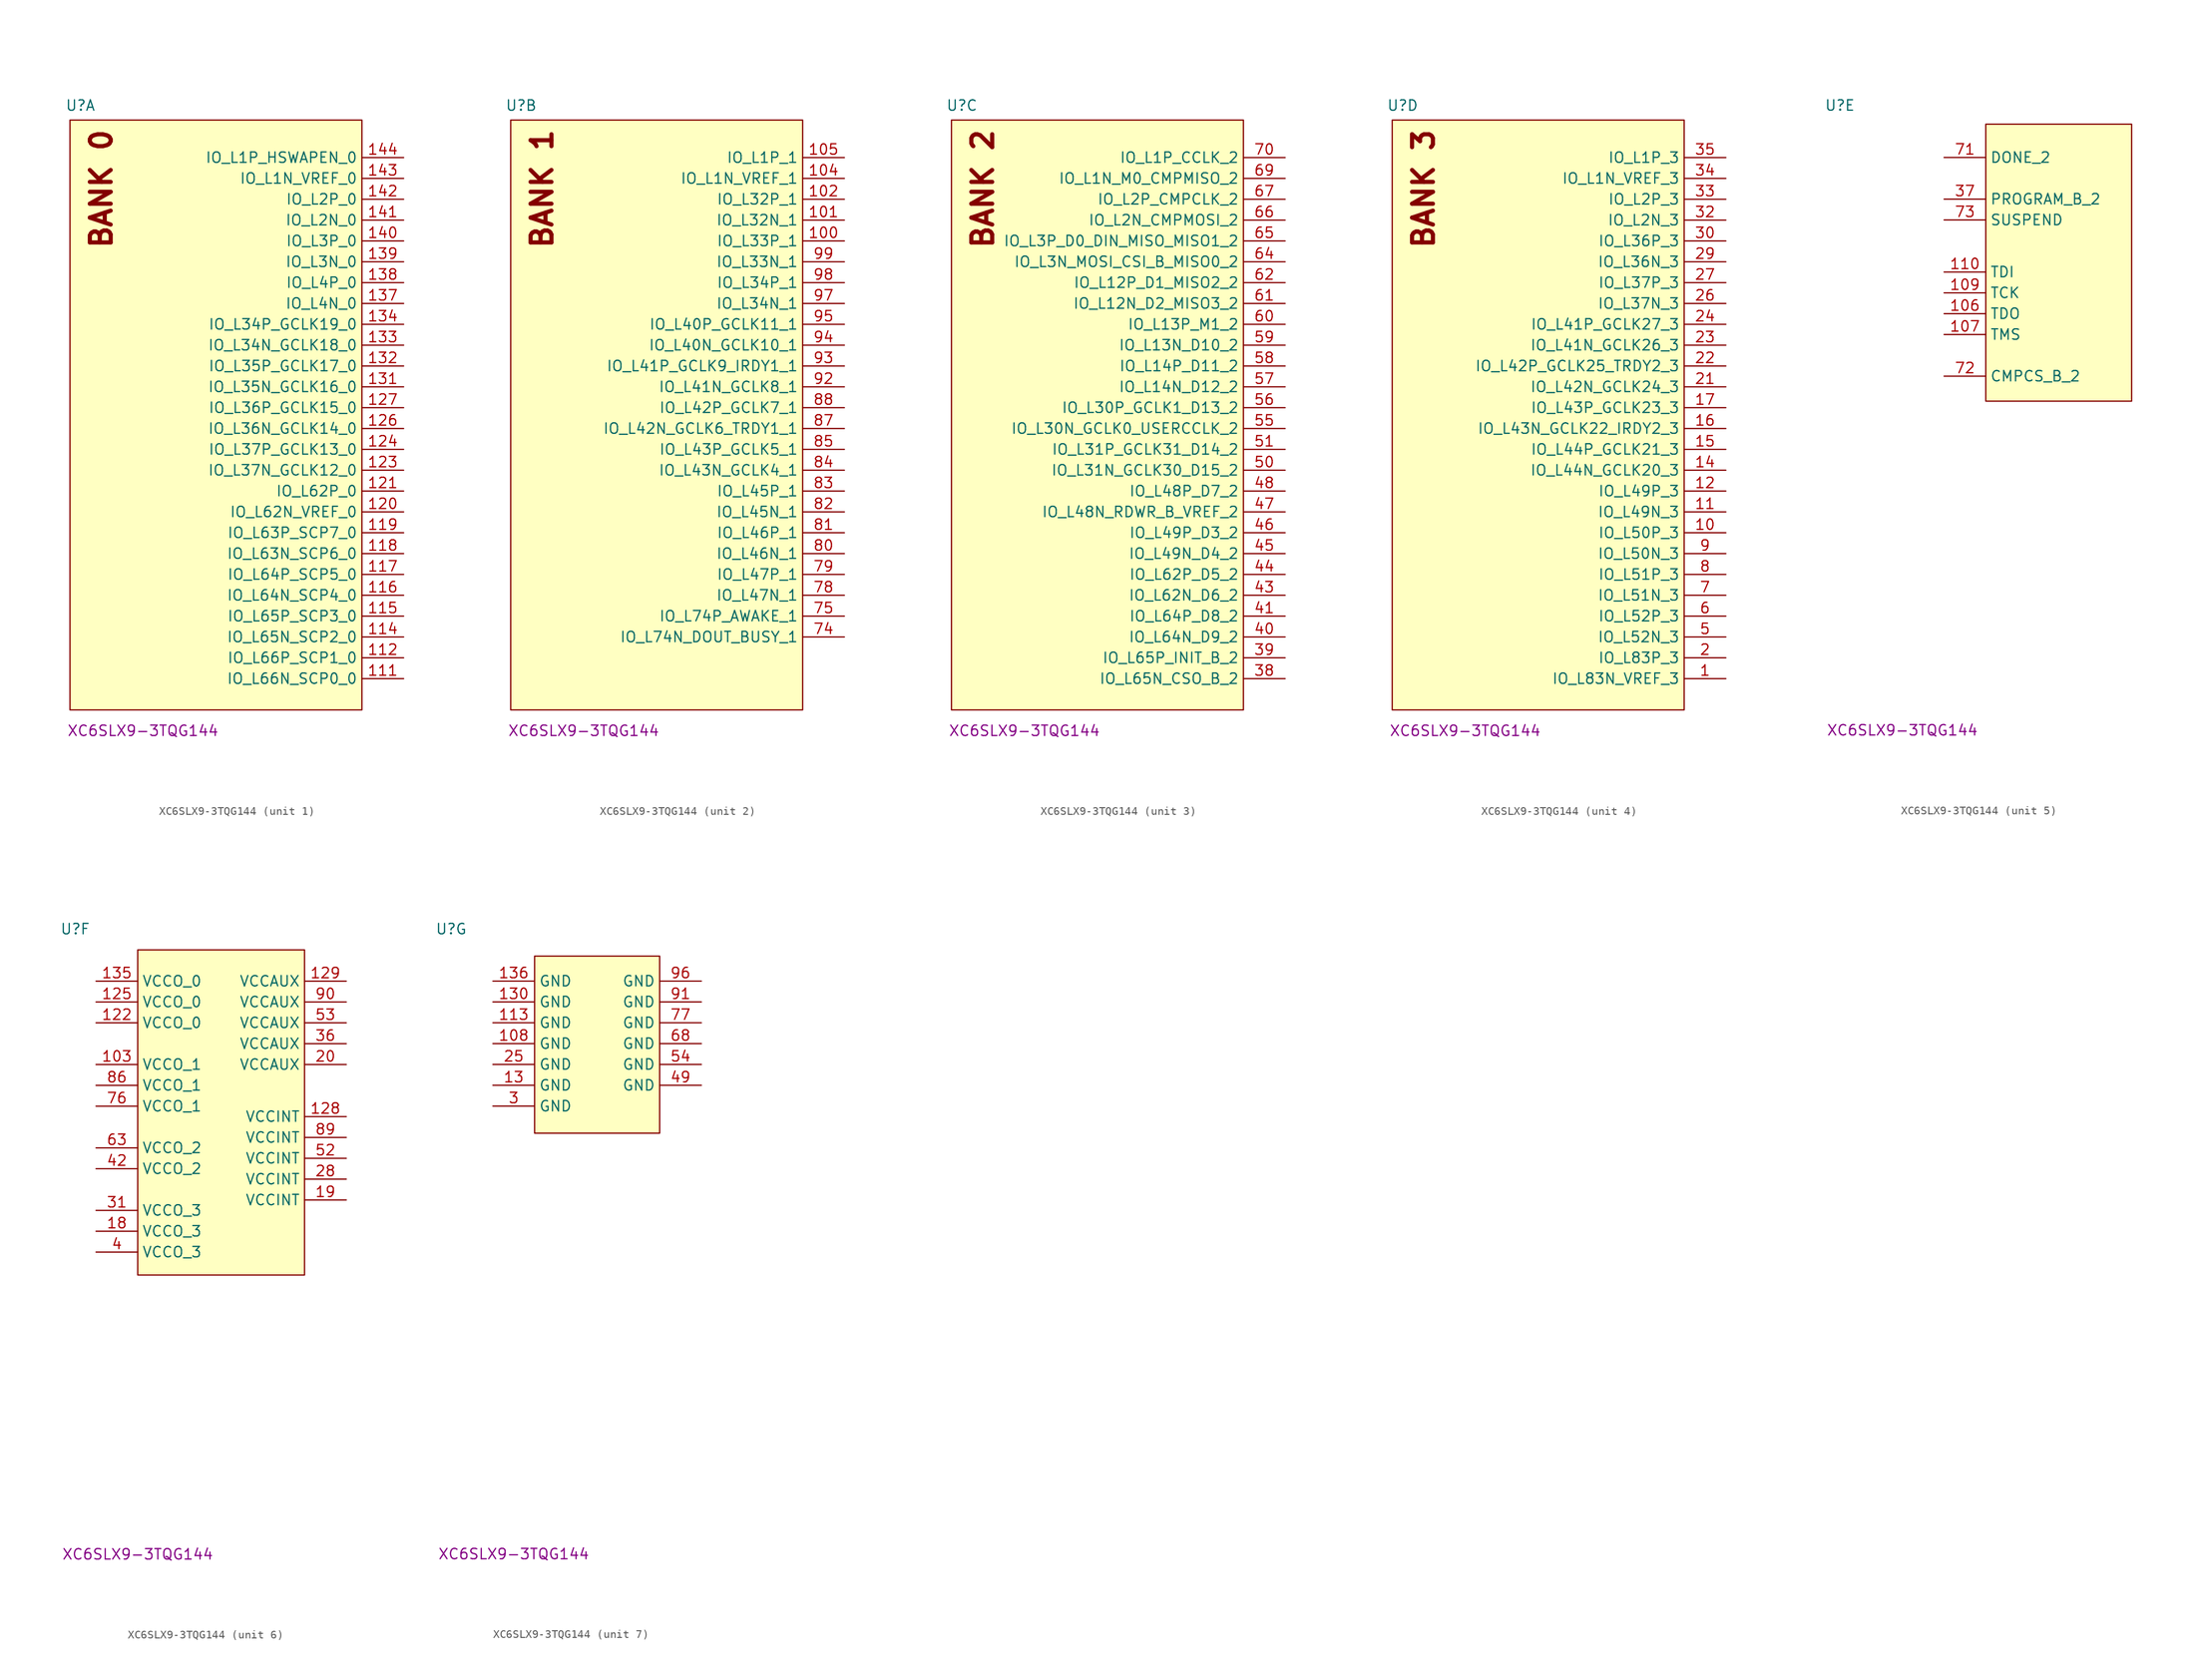
<source format=kicad_sym>
(kicad_symbol_lib
  (version 20231120)
  (generator "kicad_symbol_editor")
  (generator_version "8.0")
  (symbol "XC6SLX9-3TQG144"
    (property "Reference" "U"
      (at -17.78 6.35 0)
      (effects (font (size 1.27 1.27))))
    (property "Display Value" "XC6SLX9-3TQG144"
      (at -10.16 -69.85 0)
      (effects (font (size 1.27 1.27))))
    (property "ki_locked" ""
      (at 0 0 0)
      (effects (font (size 1.27 1.27))))
    (symbol "XC6SLX9-3TQG144_1_1"
      (rectangle (start -19.05 4.572) (end 16.51 -67.31) (stroke (width 0) (type default)) (fill (type background)))
      (text "BANK 0" (at -15.24 -3.81 900) (effects (font (size 2.54 2.54) (thickness 0.508) (bold yes))))
      (pin unspecified line (at 21.59 -63.5 180) (length 5.08) (name "IO_L66N_SCP0_0" (effects (font (size 1.27 1.27)))) (number "111" (effects (font (size 1.27 1.27)))))
      (pin unspecified line (at 21.59 -60.96 180) (length 5.08) (name "IO_L66P_SCP1_0" (effects (font (size 1.27 1.27)))) (number "112" (effects (font (size 1.27 1.27)))))
      (pin unspecified line (at 21.59 -58.42 180) (length 5.08) (name "IO_L65N_SCP2_0" (effects (font (size 1.27 1.27)))) (number "114" (effects (font (size 1.27 1.27)))))
      (pin unspecified line (at 21.59 -55.88 180) (length 5.08) (name "IO_L65P_SCP3_0" (effects (font (size 1.27 1.27)))) (number "115" (effects (font (size 1.27 1.27)))))
      (pin unspecified line (at 21.59 -53.34 180) (length 5.08) (name "IO_L64N_SCP4_0" (effects (font (size 1.27 1.27)))) (number "116" (effects (font (size 1.27 1.27)))))
      (pin unspecified line (at 21.59 -50.8 180) (length 5.08) (name "IO_L64P_SCP5_0" (effects (font (size 1.27 1.27)))) (number "117" (effects (font (size 1.27 1.27)))))
      (pin unspecified line (at 21.59 -48.26 180) (length 5.08) (name "IO_L63N_SCP6_0" (effects (font (size 1.27 1.27)))) (number "118" (effects (font (size 1.27 1.27)))))
      (pin unspecified line (at 21.59 -45.72 180) (length 5.08) (name "IO_L63P_SCP7_0" (effects (font (size 1.27 1.27)))) (number "119" (effects (font (size 1.27 1.27)))))
      (pin unspecified line (at 21.59 -43.18 180) (length 5.08) (name "IO_L62N_VREF_0" (effects (font (size 1.27 1.27)))) (number "120" (effects (font (size 1.27 1.27)))))
      (pin unspecified line (at 21.59 -40.64 180) (length 5.08) (name "IO_L62P_0" (effects (font (size 1.27 1.27)))) (number "121" (effects (font (size 1.27 1.27)))))
      (pin unspecified line (at 21.59 -38.1 180) (length 5.08) (name "IO_L37N_GCLK12_0" (effects (font (size 1.27 1.27)))) (number "123" (effects (font (size 1.27 1.27)))))
      (pin unspecified line (at 21.59 -35.56 180) (length 5.08) (name "IO_L37P_GCLK13_0" (effects (font (size 1.27 1.27)))) (number "124" (effects (font (size 1.27 1.27)))))
      (pin unspecified line (at 21.59 -33.02 180) (length 5.08) (name "IO_L36N_GCLK14_0" (effects (font (size 1.27 1.27)))) (number "126" (effects (font (size 1.27 1.27)))))
      (pin unspecified line (at 21.59 -30.48 180) (length 5.08) (name "IO_L36P_GCLK15_0" (effects (font (size 1.27 1.27)))) (number "127" (effects (font (size 1.27 1.27)))))
      (pin unspecified line (at 21.59 -27.94 180) (length 5.08) (name "IO_L35N_GCLK16_0" (effects (font (size 1.27 1.27)))) (number "131" (effects (font (size 1.27 1.27)))))
      (pin unspecified line (at 21.59 -25.4 180) (length 5.08) (name "IO_L35P_GCLK17_0" (effects (font (size 1.27 1.27)))) (number "132" (effects (font (size 1.27 1.27)))))
      (pin unspecified line (at 21.59 -22.86 180) (length 5.08) (name "IO_L34N_GCLK18_0" (effects (font (size 1.27 1.27)))) (number "133" (effects (font (size 1.27 1.27)))))
      (pin unspecified line (at 21.59 -20.32 180) (length 5.08) (name "IO_L34P_GCLK19_0" (effects (font (size 1.27 1.27)))) (number "134" (effects (font (size 1.27 1.27)))))
      (pin unspecified line (at 21.59 -17.78 180) (length 5.08) (name "IO_L4N_0" (effects (font (size 1.27 1.27)))) (number "137" (effects (font (size 1.27 1.27)))))
      (pin unspecified line (at 21.59 -15.24 180) (length 5.08) (name "IO_L4P_0" (effects (font (size 1.27 1.27)))) (number "138" (effects (font (size 1.27 1.27)))))
      (pin unspecified line (at 21.59 -12.7 180) (length 5.08) (name "IO_L3N_0" (effects (font (size 1.27 1.27)))) (number "139" (effects (font (size 1.27 1.27)))))
      (pin unspecified line (at 21.59 -10.16 180) (length 5.08) (name "IO_L3P_0" (effects (font (size 1.27 1.27)))) (number "140" (effects (font (size 1.27 1.27)))))
      (pin unspecified line (at 21.59 -7.62 180) (length 5.08) (name "IO_L2N_0" (effects (font (size 1.27 1.27)))) (number "141" (effects (font (size 1.27 1.27)))))
      (pin unspecified line (at 21.59 -5.08 180) (length 5.08) (name "IO_L2P_0" (effects (font (size 1.27 1.27)))) (number "142" (effects (font (size 1.27 1.27)))))
      (pin unspecified line (at 21.59 -2.54 180) (length 5.08) (name "IO_L1N_VREF_0" (effects (font (size 1.27 1.27)))) (number "143" (effects (font (size 1.27 1.27)))))
      (pin unspecified line (at 21.59 0 180) (length 5.08) (name "IO_L1P_HSWAPEN_0" (effects (font (size 1.27 1.27)))) (number "144" (effects (font (size 1.27 1.27))))))
    (symbol "XC6SLX9-3TQG144_2_1"
      (rectangle (start -19.05 4.572) (end 16.51 -67.31) (stroke (width 0) (type default)) (fill (type background)))
      (text "BANK 1" (at -15.24 -3.81 900) (effects (font (size 2.54 2.54) (thickness 0.508) (bold yes))))
      (pin unspecified line (at 21.59 -10.16 180) (length 5.08) (name "IO_L33P_1" (effects (font (size 1.27 1.27)))) (number "100" (effects (font (size 1.27 1.27)))))
      (pin unspecified line (at 21.59 -7.62 180) (length 5.08) (name "IO_L32N_1" (effects (font (size 1.27 1.27)))) (number "101" (effects (font (size 1.27 1.27)))))
      (pin unspecified line (at 21.59 -5.08 180) (length 5.08) (name "IO_L32P_1" (effects (font (size 1.27 1.27)))) (number "102" (effects (font (size 1.27 1.27)))))
      (pin unspecified line (at 21.59 -2.54 180) (length 5.08) (name "IO_L1N_VREF_1" (effects (font (size 1.27 1.27)))) (number "104" (effects (font (size 1.27 1.27)))))
      (pin unspecified line (at 21.59 0 180) (length 5.08) (name "IO_L1P_1" (effects (font (size 1.27 1.27)))) (number "105" (effects (font (size 1.27 1.27)))))
      (pin unspecified line (at 21.59 -58.42 180) (length 5.08) (name "IO_L74N_DOUT_BUSY_1" (effects (font (size 1.27 1.27)))) (number "74" (effects (font (size 1.27 1.27)))))
      (pin unspecified line (at 21.59 -55.88 180) (length 5.08) (name "IO_L74P_AWAKE_1" (effects (font (size 1.27 1.27)))) (number "75" (effects (font (size 1.27 1.27)))))
      (pin unspecified line (at 21.59 -53.34 180) (length 5.08) (name "IO_L47N_1" (effects (font (size 1.27 1.27)))) (number "78" (effects (font (size 1.27 1.27)))))
      (pin unspecified line (at 21.59 -50.8 180) (length 5.08) (name "IO_L47P_1" (effects (font (size 1.27 1.27)))) (number "79" (effects (font (size 1.27 1.27)))))
      (pin unspecified line (at 21.59 -48.26 180) (length 5.08) (name "IO_L46N_1" (effects (font (size 1.27 1.27)))) (number "80" (effects (font (size 1.27 1.27)))))
      (pin unspecified line (at 21.59 -45.72 180) (length 5.08) (name "IO_L46P_1" (effects (font (size 1.27 1.27)))) (number "81" (effects (font (size 1.27 1.27)))))
      (pin unspecified line (at 21.59 -43.18 180) (length 5.08) (name "IO_L45N_1" (effects (font (size 1.27 1.27)))) (number "82" (effects (font (size 1.27 1.27)))))
      (pin unspecified line (at 21.59 -40.64 180) (length 5.08) (name "IO_L45P_1" (effects (font (size 1.27 1.27)))) (number "83" (effects (font (size 1.27 1.27)))))
      (pin unspecified line (at 21.59 -38.1 180) (length 5.08) (name "IO_L43N_GCLK4_1" (effects (font (size 1.27 1.27)))) (number "84" (effects (font (size 1.27 1.27)))))
      (pin unspecified line (at 21.59 -35.56 180) (length 5.08) (name "IO_L43P_GCLK5_1" (effects (font (size 1.27 1.27)))) (number "85" (effects (font (size 1.27 1.27)))))
      (pin unspecified line (at 21.59 -33.02 180) (length 5.08) (name "IO_L42N_GCLK6_TRDY1_1" (effects (font (size 1.27 1.27)))) (number "87" (effects (font (size 1.27 1.27)))))
      (pin unspecified line (at 21.59 -30.48 180) (length 5.08) (name "IO_L42P_GCLK7_1" (effects (font (size 1.27 1.27)))) (number "88" (effects (font (size 1.27 1.27)))))
      (pin unspecified line (at 21.59 -27.94 180) (length 5.08) (name "IO_L41N_GCLK8_1" (effects (font (size 1.27 1.27)))) (number "92" (effects (font (size 1.27 1.27)))))
      (pin unspecified line (at 21.59 -25.4 180) (length 5.08) (name "IO_L41P_GCLK9_IRDY1_1" (effects (font (size 1.27 1.27)))) (number "93" (effects (font (size 1.27 1.27)))))
      (pin unspecified line (at 21.59 -22.86 180) (length 5.08) (name "IO_L40N_GCLK10_1" (effects (font (size 1.27 1.27)))) (number "94" (effects (font (size 1.27 1.27)))))
      (pin unspecified line (at 21.59 -20.32 180) (length 5.08) (name "IO_L40P_GCLK11_1" (effects (font (size 1.27 1.27)))) (number "95" (effects (font (size 1.27 1.27)))))
      (pin unspecified line (at 21.59 -17.78 180) (length 5.08) (name "IO_L34N_1" (effects (font (size 1.27 1.27)))) (number "97" (effects (font (size 1.27 1.27)))))
      (pin unspecified line (at 21.59 -15.24 180) (length 5.08) (name "IO_L34P_1" (effects (font (size 1.27 1.27)))) (number "98" (effects (font (size 1.27 1.27)))))
      (pin unspecified line (at 21.59 -12.7 180) (length 5.08) (name "IO_L33N_1" (effects (font (size 1.27 1.27)))) (number "99" (effects (font (size 1.27 1.27))))))
    (symbol "XC6SLX9-3TQG144_3_1"
      (rectangle (start -19.05 4.572) (end 16.51 -67.31) (stroke (width 0) (type default)) (fill (type background)))
      (text "BANK 2\n" (at -15.24 -3.81 900) (effects (font (size 2.54 2.54) (thickness 0.508) (bold yes))))
      (pin unspecified line (at 21.59 -63.5 180) (length 5.08) (name "IO_L65N_CSO_B_2" (effects (font (size 1.27 1.27)))) (number "38" (effects (font (size 1.27 1.27)))))
      (pin unspecified line (at 21.59 -60.96 180) (length 5.08) (name "IO_L65P_INIT_B_2" (effects (font (size 1.27 1.27)))) (number "39" (effects (font (size 1.27 1.27)))))
      (pin unspecified line (at 21.59 -58.42 180) (length 5.08) (name "IO_L64N_D9_2" (effects (font (size 1.27 1.27)))) (number "40" (effects (font (size 1.27 1.27)))))
      (pin unspecified line (at 21.59 -55.88 180) (length 5.08) (name "IO_L64P_D8_2" (effects (font (size 1.27 1.27)))) (number "41" (effects (font (size 1.27 1.27)))))
      (pin unspecified line (at 21.59 -53.34 180) (length 5.08) (name "IO_L62N_D6_2" (effects (font (size 1.27 1.27)))) (number "43" (effects (font (size 1.27 1.27)))))
      (pin unspecified line (at 21.59 -50.8 180) (length 5.08) (name "IO_L62P_D5_2" (effects (font (size 1.27 1.27)))) (number "44" (effects (font (size 1.27 1.27)))))
      (pin unspecified line (at 21.59 -48.26 180) (length 5.08) (name "IO_L49N_D4_2" (effects (font (size 1.27 1.27)))) (number "45" (effects (font (size 1.27 1.27)))))
      (pin unspecified line (at 21.59 -45.72 180) (length 5.08) (name "IO_L49P_D3_2" (effects (font (size 1.27 1.27)))) (number "46" (effects (font (size 1.27 1.27)))))
      (pin unspecified line (at 21.59 -43.18 180) (length 5.08) (name "IO_L48N_RDWR_B_VREF_2" (effects (font (size 1.27 1.27)))) (number "47" (effects (font (size 1.27 1.27)))))
      (pin unspecified line (at 21.59 -40.64 180) (length 5.08) (name "IO_L48P_D7_2" (effects (font (size 1.27 1.27)))) (number "48" (effects (font (size 1.27 1.27)))))
      (pin unspecified line (at 21.59 -38.1 180) (length 5.08) (name "IO_L31N_GCLK30_D15_2" (effects (font (size 1.27 1.27)))) (number "50" (effects (font (size 1.27 1.27)))))
      (pin unspecified line (at 21.59 -35.56 180) (length 5.08) (name "IO_L31P_GCLK31_D14_2" (effects (font (size 1.27 1.27)))) (number "51" (effects (font (size 1.27 1.27)))))
      (pin unspecified line (at 21.59 -33.02 180) (length 5.08) (name "IO_L30N_GCLK0_USERCCLK_2" (effects (font (size 1.27 1.27)))) (number "55" (effects (font (size 1.27 1.27)))))
      (pin unspecified line (at 21.59 -30.48 180) (length 5.08) (name "IO_L30P_GCLK1_D13_2" (effects (font (size 1.27 1.27)))) (number "56" (effects (font (size 1.27 1.27)))))
      (pin unspecified line (at 21.59 -27.94 180) (length 5.08) (name "IO_L14N_D12_2" (effects (font (size 1.27 1.27)))) (number "57" (effects (font (size 1.27 1.27)))))
      (pin unspecified line (at 21.59 -25.4 180) (length 5.08) (name "IO_L14P_D11_2" (effects (font (size 1.27 1.27)))) (number "58" (effects (font (size 1.27 1.27)))))
      (pin unspecified line (at 21.59 -22.86 180) (length 5.08) (name "IO_L13N_D10_2" (effects (font (size 1.27 1.27)))) (number "59" (effects (font (size 1.27 1.27)))))
      (pin unspecified line (at 21.59 -20.32 180) (length 5.08) (name "IO_L13P_M1_2" (effects (font (size 1.27 1.27)))) (number "60" (effects (font (size 1.27 1.27)))))
      (pin unspecified line (at 21.59 -17.78 180) (length 5.08) (name "IO_L12N_D2_MISO3_2" (effects (font (size 1.27 1.27)))) (number "61" (effects (font (size 1.27 1.27)))))
      (pin unspecified line (at 21.59 -15.24 180) (length 5.08) (name "IO_L12P_D1_MISO2_2" (effects (font (size 1.27 1.27)))) (number "62" (effects (font (size 1.27 1.27)))))
      (pin unspecified line (at 21.59 -12.7 180) (length 5.08) (name "IO_L3N_MOSI_CSI_B_MISO0_2" (effects (font (size 1.27 1.27)))) (number "64" (effects (font (size 1.27 1.27)))))
      (pin unspecified line (at 21.59 -10.16 180) (length 5.08) (name "IO_L3P_D0_DIN_MISO_MISO1_2" (effects (font (size 1.27 1.27)))) (number "65" (effects (font (size 1.27 1.27)))))
      (pin unspecified line (at 21.59 -7.62 180) (length 5.08) (name "IO_L2N_CMPMOSI_2" (effects (font (size 1.27 1.27)))) (number "66" (effects (font (size 1.27 1.27)))))
      (pin unspecified line (at 21.59 -5.08 180) (length 5.08) (name "IO_L2P_CMPCLK_2" (effects (font (size 1.27 1.27)))) (number "67" (effects (font (size 1.27 1.27)))))
      (pin unspecified line (at 21.59 -2.54 180) (length 5.08) (name "IO_L1N_M0_CMPMISO_2" (effects (font (size 1.27 1.27)))) (number "69" (effects (font (size 1.27 1.27)))))
      (pin unspecified line (at 21.59 0 180) (length 5.08) (name "IO_L1P_CCLK_2" (effects (font (size 1.27 1.27)))) (number "70" (effects (font (size 1.27 1.27))))))
    (symbol "XC6SLX9-3TQG144_4_1"
      (rectangle (start -19.05 4.572) (end 16.51 -67.31) (stroke (width 0) (type default)) (fill (type background)))
      (text "BANK 3" (at -15.24 -3.81 900) (effects (font (size 2.54 2.54) (thickness 0.508) (bold yes))))
      (pin unspecified line (at 21.59 -63.5 180) (length 5.08) (name "IO_L83N_VREF_3" (effects (font (size 1.27 1.27)))) (number "1" (effects (font (size 1.27 1.27)))))
      (pin unspecified line (at 21.59 -45.72 180) (length 5.08) (name "IO_L50P_3" (effects (font (size 1.27 1.27)))) (number "10" (effects (font (size 1.27 1.27)))))
      (pin unspecified line (at 21.59 -43.18 180) (length 5.08) (name "IO_L49N_3" (effects (font (size 1.27 1.27)))) (number "11" (effects (font (size 1.27 1.27)))))
      (pin unspecified line (at 21.59 -40.64 180) (length 5.08) (name "IO_L49P_3" (effects (font (size 1.27 1.27)))) (number "12" (effects (font (size 1.27 1.27)))))
      (pin unspecified line (at 21.59 -38.1 180) (length 5.08) (name "IO_L44N_GCLK20_3" (effects (font (size 1.27 1.27)))) (number "14" (effects (font (size 1.27 1.27)))))
      (pin unspecified line (at 21.59 -35.56 180) (length 5.08) (name "IO_L44P_GCLK21_3" (effects (font (size 1.27 1.27)))) (number "15" (effects (font (size 1.27 1.27)))))
      (pin unspecified line (at 21.59 -33.02 180) (length 5.08) (name "IO_L43N_GCLK22_IRDY2_3" (effects (font (size 1.27 1.27)))) (number "16" (effects (font (size 1.27 1.27)))))
      (pin unspecified line (at 21.59 -30.48 180) (length 5.08) (name "IO_L43P_GCLK23_3" (effects (font (size 1.27 1.27)))) (number "17" (effects (font (size 1.27 1.27)))))
      (pin unspecified line (at 21.59 -60.96 180) (length 5.08) (name "IO_L83P_3" (effects (font (size 1.27 1.27)))) (number "2" (effects (font (size 1.27 1.27)))))
      (pin unspecified line (at 21.59 -27.94 180) (length 5.08) (name "IO_L42N_GCLK24_3" (effects (font (size 1.27 1.27)))) (number "21" (effects (font (size 1.27 1.27)))))
      (pin unspecified line (at 21.59 -25.4 180) (length 5.08) (name "IO_L42P_GCLK25_TRDY2_3" (effects (font (size 1.27 1.27)))) (number "22" (effects (font (size 1.27 1.27)))))
      (pin unspecified line (at 21.59 -22.86 180) (length 5.08) (name "IO_L41N_GCLK26_3" (effects (font (size 1.27 1.27)))) (number "23" (effects (font (size 1.27 1.27)))))
      (pin unspecified line (at 21.59 -20.32 180) (length 5.08) (name "IO_L41P_GCLK27_3" (effects (font (size 1.27 1.27)))) (number "24" (effects (font (size 1.27 1.27)))))
      (pin unspecified line (at 21.59 -17.78 180) (length 5.08) (name "IO_L37N_3" (effects (font (size 1.27 1.27)))) (number "26" (effects (font (size 1.27 1.27)))))
      (pin unspecified line (at 21.59 -15.24 180) (length 5.08) (name "IO_L37P_3" (effects (font (size 1.27 1.27)))) (number "27" (effects (font (size 1.27 1.27)))))
      (pin unspecified line (at 21.59 -12.7 180) (length 5.08) (name "IO_L36N_3" (effects (font (size 1.27 1.27)))) (number "29" (effects (font (size 1.27 1.27)))))
      (pin unspecified line (at 21.59 -10.16 180) (length 5.08) (name "IO_L36P_3" (effects (font (size 1.27 1.27)))) (number "30" (effects (font (size 1.27 1.27)))))
      (pin unspecified line (at 21.59 -7.62 180) (length 5.08) (name "IO_L2N_3" (effects (font (size 1.27 1.27)))) (number "32" (effects (font (size 1.27 1.27)))))
      (pin unspecified line (at 21.59 -5.08 180) (length 5.08) (name "IO_L2P_3" (effects (font (size 1.27 1.27)))) (number "33" (effects (font (size 1.27 1.27)))))
      (pin unspecified line (at 21.59 -2.54 180) (length 5.08) (name "IO_L1N_VREF_3" (effects (font (size 1.27 1.27)))) (number "34" (effects (font (size 1.27 1.27)))))
      (pin unspecified line (at 21.59 0 180) (length 5.08) (name "IO_L1P_3" (effects (font (size 1.27 1.27)))) (number "35" (effects (font (size 1.27 1.27)))))
      (pin unspecified line (at 21.59 -58.42 180) (length 5.08) (name "IO_L52N_3" (effects (font (size 1.27 1.27)))) (number "5" (effects (font (size 1.27 1.27)))))
      (pin unspecified line (at 21.59 -55.88 180) (length 5.08) (name "IO_L52P_3" (effects (font (size 1.27 1.27)))) (number "6" (effects (font (size 1.27 1.27)))))
      (pin unspecified line (at 21.59 -53.34 180) (length 5.08) (name "IO_L51N_3" (effects (font (size 1.27 1.27)))) (number "7" (effects (font (size 1.27 1.27)))))
      (pin unspecified line (at 21.59 -50.8 180) (length 5.08) (name "IO_L51P_3" (effects (font (size 1.27 1.27)))) (number "8" (effects (font (size 1.27 1.27)))))
      (pin unspecified line (at 21.59 -48.26 180) (length 5.08) (name "IO_L50N_3" (effects (font (size 1.27 1.27)))) (number "9" (effects (font (size 1.27 1.27))))))
    (symbol "XC6SLX9-3TQG144_5_1"
      (rectangle (start 0 4.064) (end 17.78 -29.718) (stroke (width 0) (type default)) (fill (type background)))
      (pin unspecified line (at -5.08 -19.05 0) (length 5.08) (name "TDO" (effects (font (size 1.27 1.27)))) (number "106" (effects (font (size 1.27 1.27)))))
      (pin unspecified line (at -5.08 -21.59 0) (length 5.08) (name "TMS" (effects (font (size 1.27 1.27)))) (number "107" (effects (font (size 1.27 1.27)))))
      (pin unspecified line (at -5.08 -16.51 0) (length 5.08) (name "TCK" (effects (font (size 1.27 1.27)))) (number "109" (effects (font (size 1.27 1.27)))))
      (pin unspecified line (at -5.08 -13.97 0) (length 5.08) (name "TDI" (effects (font (size 1.27 1.27)))) (number "110" (effects (font (size 1.27 1.27)))))
      (pin unspecified line (at -5.08 -5.08 0) (length 5.08) (name "PROGRAM_B_2" (effects (font (size 1.27 1.27)))) (number "37" (effects (font (size 1.27 1.27)))))
      (pin unspecified line (at -5.08 0 0) (length 5.08) (name "DONE_2" (effects (font (size 1.27 1.27)))) (number "71" (effects (font (size 1.27 1.27)))))
      (pin unspecified line (at -5.08 -26.67 0) (length 5.08) (name "CMPCS_B_2" (effects (font (size 1.27 1.27)))) (number "72" (effects (font (size 1.27 1.27)))))
      (pin unspecified line (at -5.08 -7.62 0) (length 5.08) (name "SUSPEND" (effects (font (size 1.27 1.27)))) (number "73" (effects (font (size 1.27 1.27))))))
    (symbol "XC6SLX9-3TQG144_6_1"
      (rectangle (start -10.16 3.81) (end 10.16 -35.814) (stroke (width 0) (type default)) (fill (type background)))
      (pin unspecified line (at -15.24 -10.16 0) (length 5.08) (name "VCCO_1" (effects (font (size 1.27 1.27)))) (number "103" (effects (font (size 1.27 1.27)))))
      (pin unspecified line (at -15.24 -5.08 0) (length 5.08) (name "VCCO_0" (effects (font (size 1.27 1.27)))) (number "122" (effects (font (size 1.27 1.27)))))
      (pin unspecified line (at -15.24 -2.54 0) (length 5.08) (name "VCCO_0" (effects (font (size 1.27 1.27)))) (number "125" (effects (font (size 1.27 1.27)))))
      (pin unspecified line (at 15.24 -16.51 180) (length 5.08) (name "VCCINT" (effects (font (size 1.27 1.27)))) (number "128" (effects (font (size 1.27 1.27)))))
      (pin unspecified line (at 15.24 0 180) (length 5.08) (name "VCCAUX" (effects (font (size 1.27 1.27)))) (number "129" (effects (font (size 1.27 1.27)))))
      (pin unspecified line (at -15.24 0 0) (length 5.08) (name "VCCO_0" (effects (font (size 1.27 1.27)))) (number "135" (effects (font (size 1.27 1.27)))))
      (pin unspecified line (at -15.24 -30.48 0) (length 5.08) (name "VCCO_3" (effects (font (size 1.27 1.27)))) (number "18" (effects (font (size 1.27 1.27)))))
      (pin unspecified line (at 15.24 -26.67 180) (length 5.08) (name "VCCINT" (effects (font (size 1.27 1.27)))) (number "19" (effects (font (size 1.27 1.27)))))
      (pin unspecified line (at 15.24 -10.16 180) (length 5.08) (name "VCCAUX" (effects (font (size 1.27 1.27)))) (number "20" (effects (font (size 1.27 1.27)))))
      (pin unspecified line (at 15.24 -24.13 180) (length 5.08) (name "VCCINT" (effects (font (size 1.27 1.27)))) (number "28" (effects (font (size 1.27 1.27)))))
      (pin unspecified line (at -15.24 -27.94 0) (length 5.08) (name "VCCO_3" (effects (font (size 1.27 1.27)))) (number "31" (effects (font (size 1.27 1.27)))))
      (pin unspecified line (at 15.24 -7.62 180) (length 5.08) (name "VCCAUX" (effects (font (size 1.27 1.27)))) (number "36" (effects (font (size 1.27 1.27)))))
      (pin unspecified line (at -15.24 -33.02 0) (length 5.08) (name "VCCO_3" (effects (font (size 1.27 1.27)))) (number "4" (effects (font (size 1.27 1.27)))))
      (pin unspecified line (at -15.24 -22.86 0) (length 5.08) (name "VCCO_2" (effects (font (size 1.27 1.27)))) (number "42" (effects (font (size 1.27 1.27)))))
      (pin unspecified line (at 15.24 -21.59 180) (length 5.08) (name "VCCINT" (effects (font (size 1.27 1.27)))) (number "52" (effects (font (size 1.27 1.27)))))
      (pin unspecified line (at 15.24 -5.08 180) (length 5.08) (name "VCCAUX" (effects (font (size 1.27 1.27)))) (number "53" (effects (font (size 1.27 1.27)))))
      (pin unspecified line (at -15.24 -20.32 0) (length 5.08) (name "VCCO_2" (effects (font (size 1.27 1.27)))) (number "63" (effects (font (size 1.27 1.27)))))
      (pin unspecified line (at -15.24 -15.24 0) (length 5.08) (name "VCCO_1" (effects (font (size 1.27 1.27)))) (number "76" (effects (font (size 1.27 1.27)))))
      (pin unspecified line (at -15.24 -12.7 0) (length 5.08) (name "VCCO_1" (effects (font (size 1.27 1.27)))) (number "86" (effects (font (size 1.27 1.27)))))
      (pin unspecified line (at 15.24 -19.05 180) (length 5.08) (name "VCCINT" (effects (font (size 1.27 1.27)))) (number "89" (effects (font (size 1.27 1.27)))))
      (pin unspecified line (at 15.24 -2.54 180) (length 5.08) (name "VCCAUX" (effects (font (size 1.27 1.27)))) (number "90" (effects (font (size 1.27 1.27))))))
    (symbol "XC6SLX9-3TQG144_7_1"
      (rectangle (start -7.62 3.048) (end 7.62 -18.542) (stroke (width 0) (type default)) (fill (type background)))
      (pin unspecified line (at -12.7 -7.62 0) (length 5.08) (name "GND" (effects (font (size 1.27 1.27)))) (number "108" (effects (font (size 1.27 1.27)))))
      (pin unspecified line (at -12.7 -5.08 0) (length 5.08) (name "GND" (effects (font (size 1.27 1.27)))) (number "113" (effects (font (size 1.27 1.27)))))
      (pin unspecified line (at -12.7 -12.7 0) (length 5.08) (name "GND" (effects (font (size 1.27 1.27)))) (number "13" (effects (font (size 1.27 1.27)))))
      (pin unspecified line (at -12.7 -2.54 0) (length 5.08) (name "GND" (effects (font (size 1.27 1.27)))) (number "130" (effects (font (size 1.27 1.27)))))
      (pin unspecified line (at -12.7 0 0) (length 5.08) (name "GND" (effects (font (size 1.27 1.27)))) (number "136" (effects (font (size 1.27 1.27)))))
      (pin unspecified line (at -12.7 -10.16 0) (length 5.08) (name "GND" (effects (font (size 1.27 1.27)))) (number "25" (effects (font (size 1.27 1.27)))))
      (pin unspecified line (at -12.7 -15.24 0) (length 5.08) (name "GND" (effects (font (size 1.27 1.27)))) (number "3" (effects (font (size 1.27 1.27)))))
      (pin unspecified line (at 12.7 -12.7 180) (length 5.08) (name "GND" (effects (font (size 1.27 1.27)))) (number "49" (effects (font (size 1.27 1.27)))))
      (pin unspecified line (at 12.7 -10.16 180) (length 5.08) (name "GND" (effects (font (size 1.27 1.27)))) (number "54" (effects (font (size 1.27 1.27)))))
      (pin unspecified line (at 12.7 -7.62 180) (length 5.08) (name "GND" (effects (font (size 1.27 1.27)))) (number "68" (effects (font (size 1.27 1.27)))))
      (pin unspecified line (at 12.7 -5.08 180) (length 5.08) (name "GND" (effects (font (size 1.27 1.27)))) (number "77" (effects (font (size 1.27 1.27)))))
      (pin unspecified line (at 12.7 -2.54 180) (length 5.08) (name "GND" (effects (font (size 1.27 1.27)))) (number "91" (effects (font (size 1.27 1.27)))))
      (pin unspecified line (at 12.7 0 180) (length 5.08) (name "GND" (effects (font (size 1.27 1.27)))) (number "96" (effects (font (size 1.27 1.27))))))))
</source>
